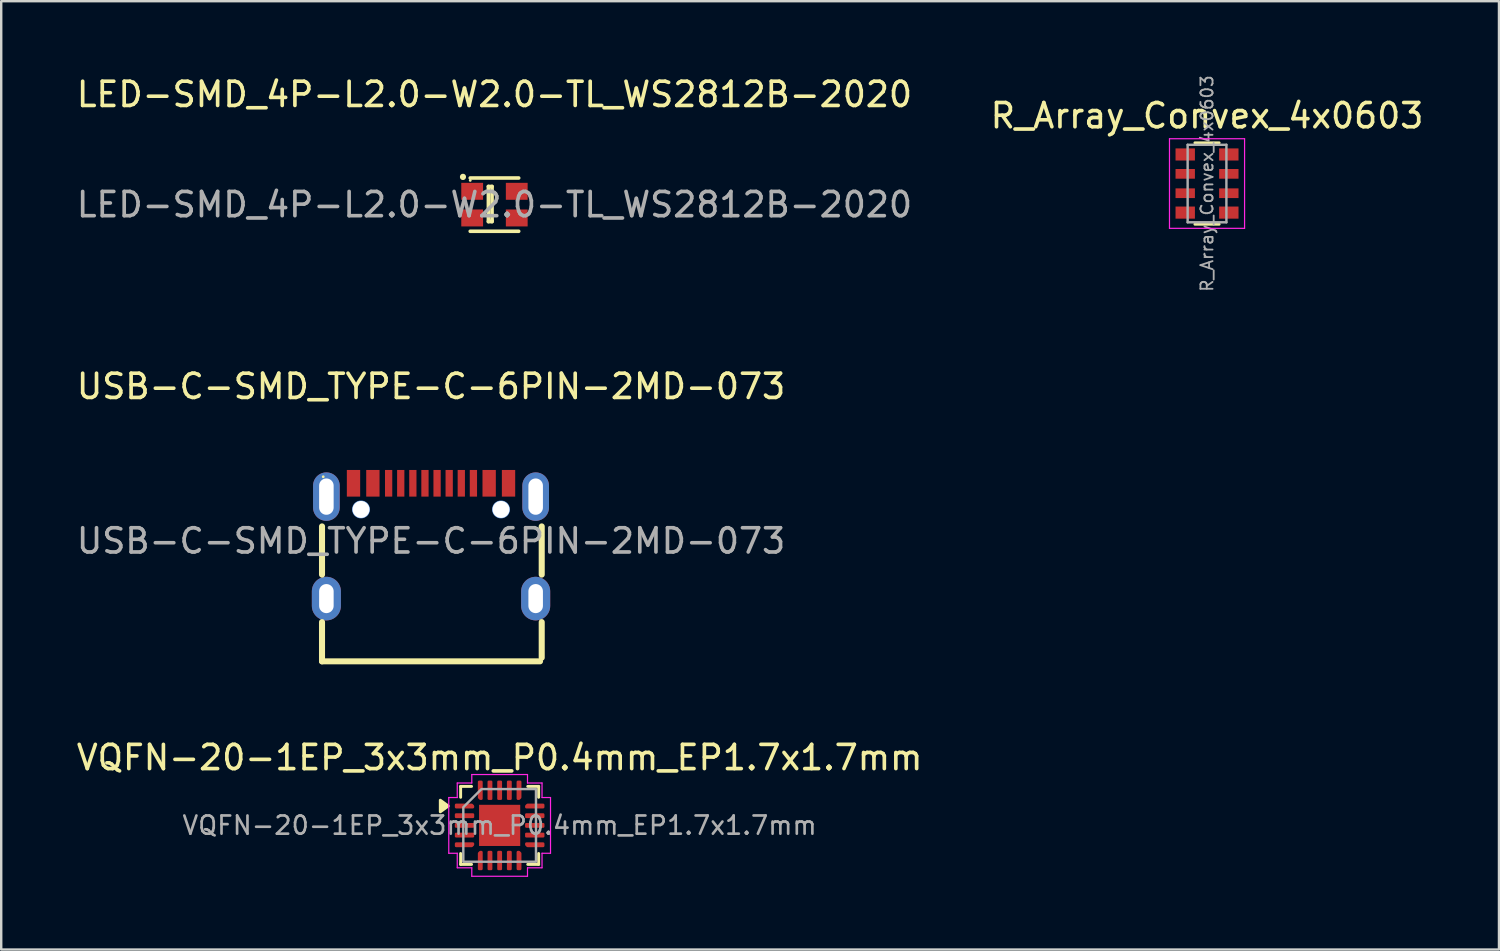
<source format=kicad_pcb>
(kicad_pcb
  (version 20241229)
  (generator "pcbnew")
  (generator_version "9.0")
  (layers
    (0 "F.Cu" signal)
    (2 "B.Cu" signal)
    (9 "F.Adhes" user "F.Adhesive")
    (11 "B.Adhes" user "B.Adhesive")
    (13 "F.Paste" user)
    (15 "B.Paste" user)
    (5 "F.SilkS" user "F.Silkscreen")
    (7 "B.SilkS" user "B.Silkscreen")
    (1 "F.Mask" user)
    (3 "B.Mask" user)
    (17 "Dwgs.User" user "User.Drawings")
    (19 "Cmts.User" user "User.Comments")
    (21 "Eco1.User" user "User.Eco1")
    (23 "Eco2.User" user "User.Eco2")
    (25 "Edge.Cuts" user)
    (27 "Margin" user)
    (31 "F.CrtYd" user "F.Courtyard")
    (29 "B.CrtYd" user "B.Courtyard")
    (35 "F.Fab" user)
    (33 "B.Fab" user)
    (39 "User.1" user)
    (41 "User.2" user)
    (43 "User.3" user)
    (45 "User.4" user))
  (footprint "USB-C-SMD_TYPE-C-6PIN-2MD-073"
    (layer "F.Cu")
    (at 14.744 19.282)
    (property "Reference" "USB-C-SMD_TYPE-C-6PIN-2MD-073" (at 0 -6.38 0) (layer "F.SilkS") (effects (font (size 1 1) (thickness 0.15))))
    (attr smd)
    (fp_line (start -4.5 1.39) (end -4.5 -0.6) (stroke (width 0.25) (type solid)) (layer "F.SilkS"))
    (fp_line (start -4.5 4.97) (end -4.5 3.35) (stroke (width 0.25) (type solid)) (layer "F.SilkS"))
    (fp_line (start 4.5 4.97) (end -4.5 4.97) (stroke (width 0.25) (type solid)) (layer "F.SilkS"))
    (fp_line (start 4.57 1.39) (end 4.57 -0.6) (stroke (width 0.25) (type solid)) (layer "F.SilkS"))
    (fp_line (start 4.57 4.82) (end 4.57 3.35) (stroke (width 0.25) (type solid)) (layer "F.SilkS"))
    (fp_circle (center -4.45 -2.65) (end -4.42 -2.65) (stroke (width 0.06) (type solid)) (fill no) (layer "F.SilkS"))
    (fp_circle (center -2.89 -1.3) (end -2.77 -1.3) (stroke (width 0.25) (type solid)) (fill no) (layer "Cmts.User"))
    (fp_circle (center 2.89 -1.3) (end 3.01 -1.3) (stroke (width 0.25) (type solid)) (fill no) (layer "Cmts.User"))
    (fp_text user "${REFERENCE}" (at 0 0 0) (layer "F.Fab") (effects (font (size 1 1) (thickness 0.15))))
    (pad "" thru_hole circle (at -2.89 -1.3) (size 0.7 0.7) (drill 0.7) (layers "*.Cu" "*.Mask"))
    (pad "" thru_hole circle (at 2.89 -1.3) (size 0.7 0.7) (drill 0.7) (layers "*.Cu" "*.Mask"))
    (pad "1" smd rect (at -3.2 -2.38) (size 0.55 1.1) (layers "F.Cu" "F.Mask" "F.Paste"))
    (pad "2" smd rect (at -2.4 -2.38) (size 0.55 1.1) (layers "F.Cu" "F.Mask" "F.Paste"))
    (pad "3" smd rect (at -1.75 -2.38) (size 0.3 1.1) (layers "F.Cu" "F.Mask" "F.Paste"))
    (pad "4" smd rect (at -1.25 -2.38) (size 0.3 1.1) (layers "F.Cu" "F.Mask" "F.Paste"))
    (pad "5" smd rect (at -0.75 -2.38) (size 0.3 1.1) (layers "F.Cu" "F.Mask" "F.Paste"))
    (pad "6" smd rect (at -0.25 -2.38) (size 0.3 1.1) (layers "F.Cu" "F.Mask" "F.Paste"))
    (pad "7" smd rect (at 0.25 -2.38) (size 0.3 1.1) (layers "F.Cu" "F.Mask" "F.Paste"))
    (pad "8" smd rect (at 0.75 -2.38) (size 0.3 1.1) (layers "F.Cu" "F.Mask" "F.Paste"))
    (pad "9" smd rect (at 1.25 -2.38) (size 0.3 1.1) (layers "F.Cu" "F.Mask" "F.Paste"))
    (pad "10" smd rect (at 1.75 -2.38) (size 0.3 1.1) (layers "F.Cu" "F.Mask" "F.Paste"))
    (pad "11" smd rect (at 2.4 -2.38) (size 0.55 1.1) (layers "F.Cu" "F.Mask" "F.Paste"))
    (pad "12" smd rect (at 3.2 -2.38) (size 0.55 1.1) (layers "F.Cu" "F.Mask" "F.Paste"))
    (pad "13" thru_hole oval (at -4.32 -1.83) (size 1.1 2) (drill oval 0.6 1.5) (layers "*.Cu" "*.Mask"))
    (pad "13" thru_hole oval (at -4.32 2.38) (size 1.2 1.8) (drill oval 0.6 1.2) (layers "*.Cu" "*.Mask"))
    (pad "14" thru_hole oval (at 4.32 -1.83) (size 1.1 2) (drill oval 0.6 1.5) (layers "*.Cu" "*.Mask"))
    (pad "14" thru_hole oval (at 4.32 2.38) (size 1.2 1.8) (drill oval 0.6 1.2) (layers "*.Cu" "*.Mask")))
  (footprint "R_Array_Convex_4x0603"
    (layer "F.Cu")
    (at 46.78 4.527)
    (property "Reference" "R_Array_Convex_4x0603" (at 0 -2.8 0) (layer "F.SilkS") (effects (font (size 1 1) (thickness 0.15))))
    (attr smd)
    (fp_line (start 0.5 -1.68) (end -0.5 -1.68) (stroke (width 0.12) (type solid)) (layer "F.SilkS"))
    (fp_line (start 0.5 1.68) (end -0.5 1.68) (stroke (width 0.12) (type solid)) (layer "F.SilkS"))
    (fp_line (start -1.55 -1.85) (end -1.55 1.85) (stroke (width 0.05) (type solid)) (layer "F.CrtYd"))
    (fp_line (start -1.55 -1.85) (end 1.55 -1.85) (stroke (width 0.05) (type solid)) (layer "F.CrtYd"))
    (fp_line (start 1.55 1.85) (end -1.55 1.85) (stroke (width 0.05) (type solid)) (layer "F.CrtYd"))
    (fp_line (start 1.55 1.85) (end 1.55 -1.85) (stroke (width 0.05) (type solid)) (layer "F.CrtYd"))
    (fp_line (start -0.8 -1.6) (end 0.8 -1.6) (stroke (width 0.1) (type solid)) (layer "F.Fab"))
    (fp_line (start -0.8 1.6) (end -0.8 -1.6) (stroke (width 0.1) (type solid)) (layer "F.Fab"))
    (fp_line (start 0.8 -1.6) (end 0.8 1.6) (stroke (width 0.1) (type solid)) (layer "F.Fab"))
    (fp_line (start 0.8 1.6) (end -0.8 1.6) (stroke (width 0.1) (type solid)) (layer "F.Fab"))
    (fp_text user "${REFERENCE}" (at 0 0 90) (layer "F.Fab") (effects (font (size 0.5 0.5) (thickness 0.075))))
    (pad "1" smd rect (at -0.9 -1.2) (size 0.8 0.5) (layers "F.Cu" "F.Mask" "F.Paste"))
    (pad "2" smd rect (at -0.9 -0.4) (size 0.8 0.4) (layers "F.Cu" "F.Mask" "F.Paste"))
    (pad "3" smd rect (at -0.9 0.4) (size 0.8 0.4) (layers "F.Cu" "F.Mask" "F.Paste"))
    (pad "4" smd rect (at -0.9 1.2) (size 0.8 0.5) (layers "F.Cu" "F.Mask" "F.Paste"))
    (pad "5" smd rect (at 0.9 1.2) (size 0.8 0.5) (layers "F.Cu" "F.Mask" "F.Paste"))
    (pad "6" smd rect (at 0.9 0.4) (size 0.8 0.4) (layers "F.Cu" "F.Mask" "F.Paste"))
    (pad "7" smd rect (at 0.9 -0.4) (size 0.8 0.4) (layers "F.Cu" "F.Mask" "F.Paste"))
    (pad "8" smd rect (at 0.9 -1.2) (size 0.8 0.5) (layers "F.Cu" "F.Mask" "F.Paste")))
  (footprint "VQFN-20-1EP_3x3mm_P0.4mm_EP1.7x1.7mm"
    (layer "F.Cu")
    (at 17.577 31.025)
    (property "Reference" "VQFN-20-1EP_3x3mm_P0.4mm_EP1.7x1.7mm" (at 0 -2.8 0) (layer "F.SilkS") (effects (font (size 1 1) (thickness 0.15))))
    (attr smd)
    (fp_line (start -1.61 -1.61) (end -1.16 -1.61) (stroke (width 0.12) (type solid)) (layer "F.SilkS"))
    (fp_line (start -1.61 -1.16) (end -1.61 -1.61) (stroke (width 0.12) (type solid)) (layer "F.SilkS"))
    (fp_line (start -1.61 1.61) (end -1.61 1.16) (stroke (width 0.12) (type solid)) (layer "F.SilkS"))
    (fp_line (start -1.16 1.61) (end -1.61 1.61) (stroke (width 0.12) (type solid)) (layer "F.SilkS"))
    (fp_line (start 1.16 -1.61) (end 1.61 -1.61) (stroke (width 0.12) (type solid)) (layer "F.SilkS"))
    (fp_line (start 1.61 -1.61) (end 1.61 -1.16) (stroke (width 0.12) (type solid)) (layer "F.SilkS"))
    (fp_line (start 1.61 1.16) (end 1.61 1.61) (stroke (width 0.12) (type solid)) (layer "F.SilkS"))
    (fp_line (start 1.61 1.61) (end 1.16 1.61) (stroke (width 0.12) (type solid)) (layer "F.SilkS"))
    (fp_poly (pts (xy -2.12 -0.8) (xy -2.45 -0.56) (xy -2.45 -1.04)) (stroke (width 0.12) (type solid)) (fill yes) (layer "F.SilkS"))
    (fp_line (start -2.1 -1.15) (end -1.75 -1.15) (stroke (width 0.05) (type solid)) (layer "F.CrtYd"))
    (fp_line (start -2.1 1.15) (end -2.1 -1.15) (stroke (width 0.05) (type solid)) (layer "F.CrtYd"))
    (fp_line (start -1.75 -1.75) (end -1.15 -1.75) (stroke (width 0.05) (type solid)) (layer "F.CrtYd"))
    (fp_line (start -1.75 -1.15) (end -1.75 -1.75) (stroke (width 0.05) (type solid)) (layer "F.CrtYd"))
    (fp_line (start -1.75 1.15) (end -2.1 1.15) (stroke (width 0.05) (type solid)) (layer "F.CrtYd"))
    (fp_line (start -1.75 1.75) (end -1.75 1.15) (stroke (width 0.05) (type solid)) (layer "F.CrtYd"))
    (fp_line (start -1.15 -2.1) (end 1.15 -2.1) (stroke (width 0.05) (type solid)) (layer "F.CrtYd"))
    (fp_line (start -1.15 -1.75) (end -1.15 -2.1) (stroke (width 0.05) (type solid)) (layer "F.CrtYd"))
    (fp_line (start -1.15 1.75) (end -1.75 1.75) (stroke (width 0.05) (type solid)) (layer "F.CrtYd"))
    (fp_line (start -1.15 2.1) (end -1.15 1.75) (stroke (width 0.05) (type solid)) (layer "F.CrtYd"))
    (fp_line (start 1.15 -2.1) (end 1.15 -1.75) (stroke (width 0.05) (type solid)) (layer "F.CrtYd"))
    (fp_line (start 1.15 -1.75) (end 1.75 -1.75) (stroke (width 0.05) (type solid)) (layer "F.CrtYd"))
    (fp_line (start 1.15 1.75) (end 1.15 2.1) (stroke (width 0.05) (type solid)) (layer "F.CrtYd"))
    (fp_line (start 1.15 2.1) (end -1.15 2.1) (stroke (width 0.05) (type solid)) (layer "F.CrtYd"))
    (fp_line (start 1.75 -1.75) (end 1.75 -1.15) (stroke (width 0.05) (type solid)) (layer "F.CrtYd"))
    (fp_line (start 1.75 -1.15) (end 2.1 -1.15) (stroke (width 0.05) (type solid)) (layer "F.CrtYd"))
    (fp_line (start 1.75 1.15) (end 1.75 1.75) (stroke (width 0.05) (type solid)) (layer "F.CrtYd"))
    (fp_line (start 1.75 1.75) (end 1.15 1.75) (stroke (width 0.05) (type solid)) (layer "F.CrtYd"))
    (fp_line (start 2.1 -1.15) (end 2.1 1.15) (stroke (width 0.05) (type solid)) (layer "F.CrtYd"))
    (fp_line (start 2.1 1.15) (end 1.75 1.15) (stroke (width 0.05) (type solid)) (layer "F.CrtYd"))
    (fp_poly (pts (xy -0.75 -1.5) (xy 1.5 -1.5) (xy 1.5 1.5) (xy -1.5 1.5) (xy -1.5 -0.75)) (stroke (width 0.1) (type solid)) (fill no) (layer "F.Fab"))
    (fp_text user "${REFERENCE}" (at 0 0 0) (layer "F.Fab") (effects (font (size 0.75 0.75) (thickness 0.11))))
    (pad "" smd roundrect (at -0.425 -0.425) (size 0.69 0.69) (layers "F.Paste") (roundrect_rratio 0.25))
    (pad "" smd roundrect (at -0.425 0.425) (size 0.69 0.69) (layers "F.Paste") (roundrect_rratio 0.25))
    (pad "" smd roundrect (at 0.425 -0.425) (size 0.69 0.69) (layers "F.Paste") (roundrect_rratio 0.25))
    (pad "" smd roundrect (at 0.425 0.425) (size 0.69 0.69) (layers "F.Paste") (roundrect_rratio 0.25))
    (pad "1" smd custom (at -1.45 -0.8) (size 0.143 0.143) (layers "F.Cu" "F.Mask" "F.Paste") (options (anchor circle)) (primitives (gr_poly (pts (xy -0.35 -0.05) (xy 0.299 -0.05) (xy 0.35 0.001) (xy 0.35 0.05) (xy -0.35 0.05)) (width 0.1) (fill yes))))
    (pad "2" smd roundrect (at -1.45 -0.4) (size 0.8 0.2) (layers "F.Cu" "F.Mask" "F.Paste") (roundrect_rratio 0.25))
    (pad "3" smd roundrect (at -1.45 0) (size 0.8 0.2) (layers "F.Cu" "F.Mask" "F.Paste") (roundrect_rratio 0.25))
    (pad "4" smd roundrect (at -1.45 0.4) (size 0.8 0.2) (layers "F.Cu" "F.Mask" "F.Paste") (roundrect_rratio 0.25))
    (pad "5" smd custom (at -1.45 0.8) (size 0.143 0.143) (layers "F.Cu" "F.Mask" "F.Paste") (options (anchor circle)) (primitives (gr_poly (pts (xy -0.35 -0.05) (xy 0.35 -0.05) (xy 0.35 -0.001) (xy 0.299 0.05) (xy -0.35 0.05)) (width 0.1) (fill yes))))
    (pad "6" smd custom (at -0.8 1.45) (size 0.143 0.143) (layers "F.Cu" "F.Mask" "F.Paste") (options (anchor circle)) (primitives (gr_poly (pts (xy -0.05 -0.299) (xy 0.001 -0.35) (xy 0.05 -0.35) (xy 0.05 0.35) (xy -0.05 0.35)) (width 0.1) (fill yes))))
    (pad "7" smd roundrect (at -0.4 1.45) (size 0.2 0.8) (layers "F.Cu" "F.Mask" "F.Paste") (roundrect_rratio 0.25))
    (pad "8" smd roundrect (at 0 1.45) (size 0.2 0.8) (layers "F.Cu" "F.Mask" "F.Paste") (roundrect_rratio 0.25))
    (pad "9" smd roundrect (at 0.4 1.45) (size 0.2 0.8) (layers "F.Cu" "F.Mask" "F.Paste") (roundrect_rratio 0.25))
    (pad "10" smd custom (at 0.8 1.45) (size 0.143 0.143) (layers "F.Cu" "F.Mask" "F.Paste") (options (anchor circle)) (primitives (gr_poly (pts (xy -0.05 -0.35) (xy -0.001 -0.35) (xy 0.05 -0.299) (xy 0.05 0.35) (xy -0.05 0.35)) (width 0.1) (fill yes))))
    (pad "11" smd custom (at 1.45 0.8) (size 0.143 0.143) (layers "F.Cu" "F.Mask" "F.Paste") (options (anchor circle)) (primitives (gr_poly (pts (xy -0.35 -0.05) (xy 0.35 -0.05) (xy 0.35 0.05) (xy -0.299 0.05) (xy -0.35 -0.001)) (width 0.1) (fill yes))))
    (pad "12" smd roundrect (at 1.45 0.4) (size 0.8 0.2) (layers "F.Cu" "F.Mask" "F.Paste") (roundrect_rratio 0.25))
    (pad "13" smd roundrect (at 1.45 0) (size 0.8 0.2) (layers "F.Cu" "F.Mask" "F.Paste") (roundrect_rratio 0.25))
    (pad "14" smd roundrect (at 1.45 -0.4) (size 0.8 0.2) (layers "F.Cu" "F.Mask" "F.Paste") (roundrect_rratio 0.25))
    (pad "15" smd custom (at 1.45 -0.8) (size 0.143 0.143) (layers "F.Cu" "F.Mask" "F.Paste") (options (anchor circle)) (primitives (gr_poly (pts (xy -0.35 0.001) (xy -0.299 -0.05) (xy 0.35 -0.05) (xy 0.35 0.05) (xy -0.35 0.05)) (width 0.1) (fill yes))))
    (pad "16" smd custom (at 0.8 -1.45) (size 0.143 0.143) (layers "F.Cu" "F.Mask" "F.Paste") (options (anchor circle)) (primitives (gr_poly (pts (xy -0.05 -0.35) (xy 0.05 -0.35) (xy 0.05 0.299) (xy -0.001 0.35) (xy -0.05 0.35)) (width 0.1) (fill yes))))
    (pad "17" smd roundrect (at 0.4 -1.45) (size 0.2 0.8) (layers "F.Cu" "F.Mask" "F.Paste") (roundrect_rratio 0.25))
    (pad "18" smd roundrect (at 0 -1.45) (size 0.2 0.8) (layers "F.Cu" "F.Mask" "F.Paste") (roundrect_rratio 0.25))
    (pad "19" smd roundrect (at -0.4 -1.45) (size 0.2 0.8) (layers "F.Cu" "F.Mask" "F.Paste") (roundrect_rratio 0.25))
    (pad "20" smd custom (at -0.8 -1.45) (size 0.143 0.143) (layers "F.Cu" "F.Mask" "F.Paste") (options (anchor circle)) (primitives (gr_poly (pts (xy -0.05 -0.35) (xy 0.05 -0.35) (xy 0.05 0.35) (xy 0.001 0.35) (xy -0.05 0.299)) (width 0.1) (fill yes))))
    (pad "21" smd rect (at 0 0) (size 1.7 1.7) (property pad_prop_heatsink) (layers "F.Cu" "F.Mask")))
  (footprint "LED-SMD_4P-L2.0-W2.0-TL_WS2812B-2020"
    (layer "F.Cu")
    (at 17.363 5.398)
    (property "Reference" "LED-SMD_4P-L2.0-W2.0-TL_WS2812B-2020" (at 0 -4.55 0) (layer "F.SilkS") (effects (font (size 1 1) (thickness 0.15))))
    (attr smd)
    (fp_line (start -1.3 -1.15) (end -1.3 -1.14) (stroke (width 0.25) (type solid)) (layer "F.SilkS"))
    (fp_line (start -1 1.1) (end 1 1.1) (stroke (width 0.15) (type solid)) (layer "F.SilkS"))
    (fp_line (start -0.25 -0.75) (end -0.25 0.7) (stroke (width 0.15) (type solid)) (layer "F.SilkS"))
    (fp_line (start -0.25 -0.75) (end -0.1 -0.75) (stroke (width 0.15) (type solid)) (layer "F.SilkS"))
    (fp_line (start -0.1 -0.75) (end -0.1 0.65) (stroke (width 0.15) (type solid)) (layer "F.SilkS"))
    (fp_line (start -0.1 0.65) (end -0.1 0.7) (stroke (width 0.15) (type solid)) (layer "F.SilkS"))
    (fp_line (start -0.1 0.7) (end -0.25 0.7) (stroke (width 0.15) (type solid)) (layer "F.SilkS"))
    (fp_line (start 1 -1.1) (end -1 -1.1) (stroke (width 0.15) (type solid)) (layer "F.SilkS"))
    (fp_circle (center -1 -1) (end -0.97 -1) (stroke (width 0.06) (type solid)) (fill no) (layer "F.SilkS"))
    (fp_text user "${REFERENCE}" (at 0 0 0) (layer "F.Fab") (effects (font (size 1 1) (thickness 0.15))))
    (pad "1" smd rect (at -0.92 -0.55) (size 0.9 0.7) (layers "F.Cu" "F.Mask" "F.Paste"))
    (pad "2" smd rect (at -0.92 0.55) (size 0.9 0.7) (layers "F.Cu" "F.Mask" "F.Paste"))
    (pad "3" smd rect (at 0.92 0.55) (size 0.9 0.7) (layers "F.Cu" "F.Mask" "F.Paste"))
    (pad "4" smd rect (at 0.92 -0.55) (size 0.9 0.7) (layers "F.Cu" "F.Mask" "F.Paste")))
  (gr_rect
    (start -3 -3)
    (end 58.833 36.15)
    (stroke (width 0.1) (type default))
    (fill no)
    (layer "Edge.Cuts")))
</source>
